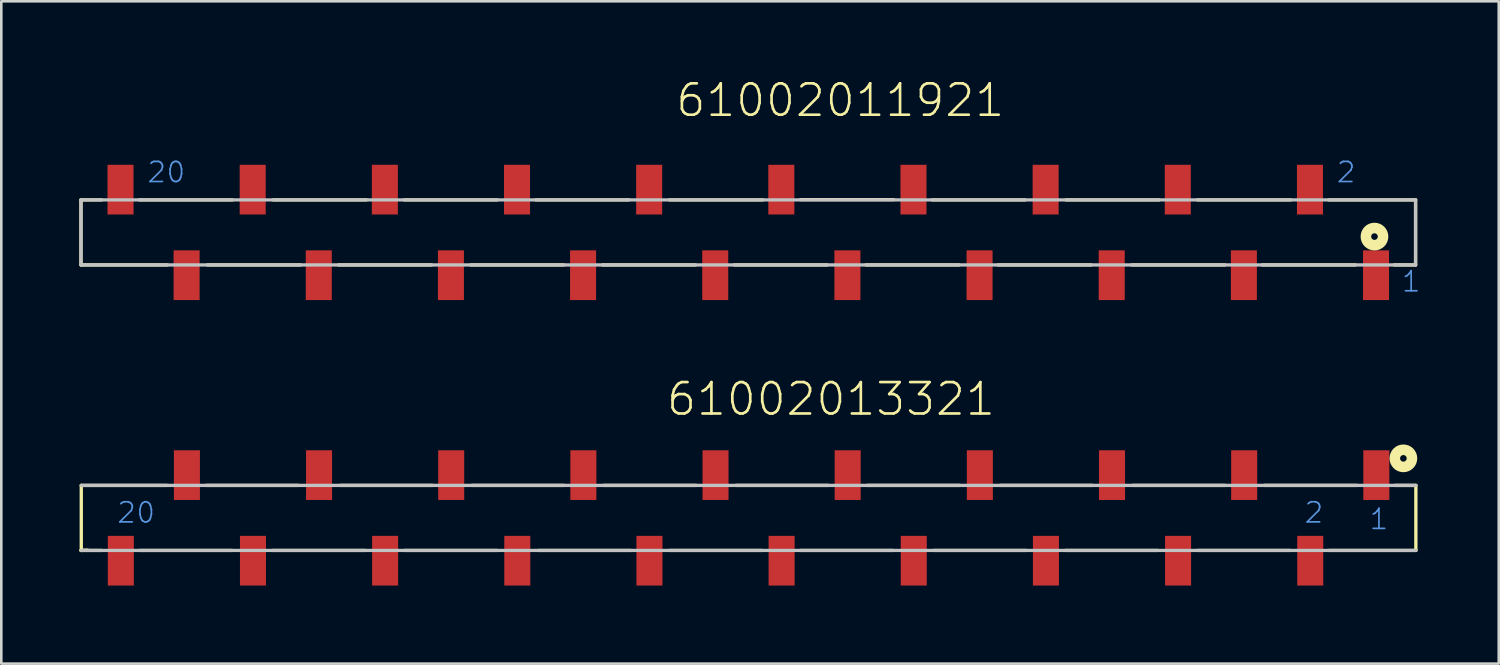
<source format=kicad_pcb>
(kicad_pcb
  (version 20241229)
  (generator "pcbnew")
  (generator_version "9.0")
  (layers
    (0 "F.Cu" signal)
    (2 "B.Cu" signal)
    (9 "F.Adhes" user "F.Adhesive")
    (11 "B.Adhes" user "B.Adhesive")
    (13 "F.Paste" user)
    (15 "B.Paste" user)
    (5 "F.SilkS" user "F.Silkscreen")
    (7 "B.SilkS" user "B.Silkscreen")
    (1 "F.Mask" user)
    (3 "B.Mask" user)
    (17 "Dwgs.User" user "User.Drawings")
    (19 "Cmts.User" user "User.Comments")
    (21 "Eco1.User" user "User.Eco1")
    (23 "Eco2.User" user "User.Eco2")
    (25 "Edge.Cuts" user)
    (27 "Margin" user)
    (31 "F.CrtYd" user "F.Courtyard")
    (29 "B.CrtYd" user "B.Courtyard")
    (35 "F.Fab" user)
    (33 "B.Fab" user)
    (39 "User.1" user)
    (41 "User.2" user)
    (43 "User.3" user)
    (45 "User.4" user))
  (footprint "61002013321"
    (layer "F.Cu")
    (at 25.724 16.858)
    (property "Reference" "61002013321" (at -3.218 -3.862 0) (layer "F.SilkS") (effects (font (size 1.206 1.206) (thickness 0.102)) (justify left bottom)))
    (attr through_hole)
    (fp_line (start -25.66 1.25) (end -25.41 1.24) (stroke (width 0.127) (type solid)) (layer "F.SilkS"))
    (fp_line (start -25.65 1.25) (end -25.65 -1.25) (stroke (width 0.127) (type solid)) (layer "F.SilkS"))
    (fp_line (start -24.86 1.25) (end -25.66 1.25) (stroke (width 0.127) (type solid)) (layer "F.SilkS"))
    (fp_line (start -23.41 1.25) (end -19.86 1.25) (stroke (width 0.127) (type solid)) (layer "F.SilkS"))
    (fp_line (start -22.35 -1.25) (end -25.65 -1.25) (stroke (width 0.127) (type solid)) (layer "F.SilkS"))
    (fp_line (start -20.85 -1.25) (end -17.3 -1.25) (stroke (width 0.127) (type solid)) (layer "F.SilkS"))
    (fp_line (start -18.29 1.25) (end -14.74 1.25) (stroke (width 0.127) (type solid)) (layer "F.SilkS"))
    (fp_line (start -15.69 -1.25) (end -12.14 -1.25) (stroke (width 0.127) (type solid)) (layer "F.SilkS"))
    (fp_line (start -13.22 1.25) (end -9.67 1.25) (stroke (width 0.127) (type solid)) (layer "F.SilkS"))
    (fp_line (start -10.64 -1.25) (end -7.09 -1.25) (stroke (width 0.127) (type solid)) (layer "F.SilkS"))
    (fp_line (start -8.08 1.25) (end -4.53 1.25) (stroke (width 0.127) (type solid)) (layer "F.SilkS"))
    (fp_line (start -5.57 -1.25) (end -2.02 -1.25) (stroke (width 0.127) (type solid)) (layer "F.SilkS"))
    (fp_line (start -3.04 1.25) (end 0.51 1.25) (stroke (width 0.127) (type solid)) (layer "F.SilkS"))
    (fp_line (start -0.48 -1.25) (end 3.07 -1.25) (stroke (width 0.127) (type solid)) (layer "F.SilkS"))
    (fp_line (start 2 1.25) (end 5.55 1.25) (stroke (width 0.127) (type solid)) (layer "F.SilkS"))
    (fp_line (start 4.57 -1.25) (end 8.12 -1.25) (stroke (width 0.127) (type solid)) (layer "F.SilkS"))
    (fp_line (start 7.12 1.25) (end 10.67 1.25) (stroke (width 0.127) (type solid)) (layer "F.SilkS"))
    (fp_line (start 9.67 -1.25) (end 13.22 -1.25) (stroke (width 0.127) (type solid)) (layer "F.SilkS"))
    (fp_line (start 12.18 1.25) (end 15.73 1.25) (stroke (width 0.127) (type solid)) (layer "F.SilkS"))
    (fp_line (start 14.77 -1.25) (end 18.32 -1.25) (stroke (width 0.127) (type solid)) (layer "F.SilkS"))
    (fp_line (start 17.26 1.25) (end 20.81 1.25) (stroke (width 0.127) (type solid)) (layer "F.SilkS"))
    (fp_line (start 19.83 -1.25) (end 23.38 -1.25) (stroke (width 0.127) (type solid)) (layer "F.SilkS"))
    (fp_line (start 22.31 1.25) (end 25.65 1.25) (stroke (width 0.127) (type solid)) (layer "F.SilkS"))
    (fp_line (start 24.85 -1.25) (end 25.65 -1.25) (stroke (width 0.127) (type solid)) (layer "F.SilkS"))
    (fp_line (start 25.65 -1.25) (end 25.65 1.25) (stroke (width 0.127) (type solid)) (layer "F.SilkS"))
    (fp_circle (center 25.17 -2.29) (end 25.297 -2.29) (stroke (width 0.406) (type solid)) (fill no) (layer "F.SilkS"))
    (fp_line (start -25.65 -1.25) (end 25.65 -1.25) (stroke (width 0.127) (type solid)) (layer "Dwgs.User"))
    (fp_line (start 25.65 1.25) (end -25.65 1.25) (stroke (width 0.127) (type solid)) (layer "Dwgs.User"))
    (fp_text user "1" (at 23.82 0.5 0) (layer "Cmts.User") (effects (font (size 0.772 0.772) (thickness 0.065)) (justify left bottom)))
    (fp_text user "20" (at -24.32 0.25 0) (layer "Cmts.User") (effects (font (size 0.772 0.772) (thickness 0.065)) (justify left bottom)))
    (fp_text user "2" (at 21.32 0.25 0) (layer "Cmts.User") (effects (font (size 0.772 0.772) (thickness 0.065)) (justify left bottom)))
    (pad "1" smd rect (at 24.13 -1.645) (size 1 1.91) (layers "F.Cu" "F.Mask" "F.Paste"))
    (pad "2" smd rect (at 21.59 1.645) (size 1 1.91) (layers "F.Cu" "F.Mask" "F.Paste"))
    (pad "3" smd rect (at 19.05 -1.645) (size 1 1.91) (layers "F.Cu" "F.Mask" "F.Paste"))
    (pad "4" smd rect (at 16.51 1.645) (size 1 1.91) (layers "F.Cu" "F.Mask" "F.Paste"))
    (pad "5" smd rect (at 13.97 -1.645) (size 1 1.91) (layers "F.Cu" "F.Mask" "F.Paste"))
    (pad "6" smd rect (at 11.43 1.645) (size 1 1.91) (layers "F.Cu" "F.Mask" "F.Paste"))
    (pad "7" smd rect (at 8.89 -1.645) (size 1 1.91) (layers "F.Cu" "F.Mask" "F.Paste"))
    (pad "8" smd rect (at 6.35 1.645) (size 1 1.91) (layers "F.Cu" "F.Mask" "F.Paste"))
    (pad "9" smd rect (at 3.81 -1.645) (size 1 1.91) (layers "F.Cu" "F.Mask" "F.Paste"))
    (pad "10" smd rect (at 1.27 1.645) (size 1 1.91) (layers "F.Cu" "F.Mask" "F.Paste"))
    (pad "11" smd rect (at -1.27 -1.645) (size 1 1.91) (layers "F.Cu" "F.Mask" "F.Paste"))
    (pad "12" smd rect (at -3.81 1.645) (size 1 1.91) (layers "F.Cu" "F.Mask" "F.Paste"))
    (pad "13" smd rect (at -6.35 -1.645) (size 1 1.91) (layers "F.Cu" "F.Mask" "F.Paste"))
    (pad "14" smd rect (at -8.89 1.645) (size 1 1.91) (layers "F.Cu" "F.Mask" "F.Paste"))
    (pad "15" smd rect (at -11.43 -1.645) (size 1 1.91) (layers "F.Cu" "F.Mask" "F.Paste"))
    (pad "16" smd rect (at -13.97 1.645) (size 1 1.91) (layers "F.Cu" "F.Mask" "F.Paste"))
    (pad "17" smd rect (at -16.51 -1.645) (size 1 1.91) (layers "F.Cu" "F.Mask" "F.Paste"))
    (pad "18" smd rect (at -19.05 1.645) (size 1 1.91) (layers "F.Cu" "F.Mask" "F.Paste"))
    (pad "19" smd rect (at -21.59 -1.645) (size 1 1.91) (layers "F.Cu" "F.Mask" "F.Paste"))
    (pad "20" smd rect (at -24.13 1.645) (size 1 1.91) (layers "F.Cu" "F.Mask" "F.Paste")))
  (footprint "61002011921"
    (layer "F.Cu")
    (at 25.713 5.884)
    (property "Reference" "61002011921" (at -2.848 -4.372 0) (layer "F.SilkS") (effects (font (size 1.206 1.206) (thickness 0.102)) (justify left bottom)))
    (attr through_hole)
    (fp_line (start -25.65 -1.25) (end -25.65 1.25) (stroke (width 0.127) (type solid)) (layer "F.SilkS"))
    (fp_line (start -25.65 1.25) (end -22.33 1.25) (stroke (width 0.127) (type solid)) (layer "F.SilkS"))
    (fp_line (start -24.86 -1.25) (end -25.65 -1.25) (stroke (width 0.127) (type solid)) (layer "F.SilkS"))
    (fp_line (start -23.41 -1.25) (end -19.83 -1.25) (stroke (width 0.127) (type solid)) (layer "F.SilkS"))
    (fp_line (start -20.79 1.25) (end -17.21 1.25) (stroke (width 0.127) (type solid)) (layer "F.SilkS"))
    (fp_line (start -18.26 -1.25) (end -14.68 -1.25) (stroke (width 0.127) (type solid)) (layer "F.SilkS"))
    (fp_line (start -15.75 1.25) (end -12.17 1.25) (stroke (width 0.127) (type solid)) (layer "F.SilkS"))
    (fp_line (start -13.23 -1.25) (end -9.65 -1.25) (stroke (width 0.127) (type solid)) (layer "F.SilkS"))
    (fp_line (start -10.67 1.25) (end -7.09 1.25) (stroke (width 0.127) (type solid)) (layer "F.SilkS"))
    (fp_line (start -8.17 -1.25) (end -4.59 -1.25) (stroke (width 0.127) (type solid)) (layer "F.SilkS"))
    (fp_line (start -5.61 1.25) (end -2.03 1.25) (stroke (width 0.127) (type solid)) (layer "F.SilkS"))
    (fp_line (start -3.02 -1.25) (end 0.56 -1.25) (stroke (width 0.127) (type solid)) (layer "F.SilkS"))
    (fp_line (start -0.54 1.25) (end 3.04 1.25) (stroke (width 0.127) (type solid)) (layer "F.SilkS"))
    (fp_line (start 2.01 -1.26) (end 5.59 -1.26) (stroke (width 0.127) (type solid)) (layer "F.SilkS"))
    (fp_line (start 4.52 1.25) (end 8.1 1.25) (stroke (width 0.127) (type solid)) (layer "F.SilkS"))
    (fp_line (start 7.06 -1.25) (end 10.64 -1.25) (stroke (width 0.127) (type solid)) (layer "F.SilkS"))
    (fp_line (start 9.6 1.25) (end 13.18 1.25) (stroke (width 0.127) (type solid)) (layer "F.SilkS"))
    (fp_line (start 12.21 -1.25) (end 15.79 -1.25) (stroke (width 0.127) (type solid)) (layer "F.SilkS"))
    (fp_line (start 14.74 1.25) (end 18.32 1.25) (stroke (width 0.127) (type solid)) (layer "F.SilkS"))
    (fp_line (start 17.27 -1.25) (end 20.85 -1.25) (stroke (width 0.127) (type solid)) (layer "F.SilkS"))
    (fp_line (start 19.76 1.25) (end 23.34 1.25) (stroke (width 0.127) (type solid)) (layer "F.SilkS"))
    (fp_line (start 22.31 -1.25) (end 25.65 -1.25) (stroke (width 0.127) (type solid)) (layer "F.SilkS"))
    (fp_line (start 25.65 -1.25) (end 25.65 1.25) (stroke (width 0.127) (type solid)) (layer "F.SilkS"))
    (fp_line (start 25.65 1.25) (end 24.83 1.25) (stroke (width 0.127) (type solid)) (layer "F.SilkS"))
    (fp_circle (center 24.07 0.16) (end 24.197 0.16) (stroke (width 0.406) (type solid)) (fill no) (layer "F.SilkS"))
    (fp_line (start -25.65 -1.25) (end -25.65 1.25) (stroke (width 0.127) (type solid)) (layer "Dwgs.User"))
    (fp_line (start -25.65 -1.25) (end 25.65 -1.25) (stroke (width 0.127) (type solid)) (layer "Dwgs.User"))
    (fp_line (start 25.65 -1.25) (end 25.65 1.25) (stroke (width 0.127) (type solid)) (layer "Dwgs.User"))
    (fp_line (start 25.65 1.25) (end -25.65 1.25) (stroke (width 0.127) (type solid)) (layer "Dwgs.User"))
    (fp_text user "1" (at 25.07 2.34 0) (layer "Cmts.User") (effects (font (size 0.772 0.772) (thickness 0.065)) (justify left bottom)))
    (fp_text user "20" (at -23.15 -1.86 0) (layer "Cmts.User") (effects (font (size 0.772 0.772) (thickness 0.065)) (justify left bottom)))
    (fp_text user "2" (at 22.57 -1.86 0) (layer "Cmts.User") (effects (font (size 0.772 0.772) (thickness 0.065)) (justify left bottom)))
    (pad "1" smd rect (at 24.13 1.645) (size 1 1.91) (layers "F.Cu" "F.Mask" "F.Paste"))
    (pad "2" smd rect (at 21.59 -1.645) (size 1 1.91) (layers "F.Cu" "F.Mask" "F.Paste"))
    (pad "3" smd rect (at 19.05 1.645) (size 1 1.91) (layers "F.Cu" "F.Mask" "F.Paste"))
    (pad "4" smd rect (at 16.51 -1.645) (size 1 1.91) (layers "F.Cu" "F.Mask" "F.Paste"))
    (pad "5" smd rect (at 13.97 1.645) (size 1 1.91) (layers "F.Cu" "F.Mask" "F.Paste"))
    (pad "6" smd rect (at 11.43 -1.645) (size 1 1.91) (layers "F.Cu" "F.Mask" "F.Paste"))
    (pad "7" smd rect (at 8.89 1.645) (size 1 1.91) (layers "F.Cu" "F.Mask" "F.Paste"))
    (pad "8" smd rect (at 6.35 -1.645) (size 1 1.91) (layers "F.Cu" "F.Mask" "F.Paste"))
    (pad "9" smd rect (at 3.81 1.645) (size 1 1.91) (layers "F.Cu" "F.Mask" "F.Paste"))
    (pad "10" smd rect (at 1.27 -1.645) (size 1 1.91) (layers "F.Cu" "F.Mask" "F.Paste"))
    (pad "11" smd rect (at -1.27 1.645) (size 1 1.91) (layers "F.Cu" "F.Mask" "F.Paste"))
    (pad "12" smd rect (at -3.81 -1.645) (size 1 1.91) (layers "F.Cu" "F.Mask" "F.Paste"))
    (pad "13" smd rect (at -6.35 1.645) (size 1 1.91) (layers "F.Cu" "F.Mask" "F.Paste"))
    (pad "14" smd rect (at -8.89 -1.645) (size 1 1.91) (layers "F.Cu" "F.Mask" "F.Paste"))
    (pad "15" smd rect (at -11.43 1.645) (size 1 1.91) (layers "F.Cu" "F.Mask" "F.Paste"))
    (pad "16" smd rect (at -13.97 -1.645) (size 1 1.91) (layers "F.Cu" "F.Mask" "F.Paste"))
    (pad "17" smd rect (at -16.51 1.645) (size 1 1.91) (layers "F.Cu" "F.Mask" "F.Paste"))
    (pad "18" smd rect (at -19.05 -1.645) (size 1 1.91) (layers "F.Cu" "F.Mask" "F.Paste"))
    (pad "19" smd rect (at -21.59 1.645) (size 1 1.91) (layers "F.Cu" "F.Mask" "F.Paste"))
    (pad "20" smd rect (at -24.13 -1.645) (size 1 1.91) (layers "F.Cu" "F.Mask" "F.Paste")))
  (gr_rect
    (start -3 -3)
    (end 54.56 22.458)
    (stroke (width 0.1) (type default))
    (fill no)
    (layer "Edge.Cuts")))
</source>
